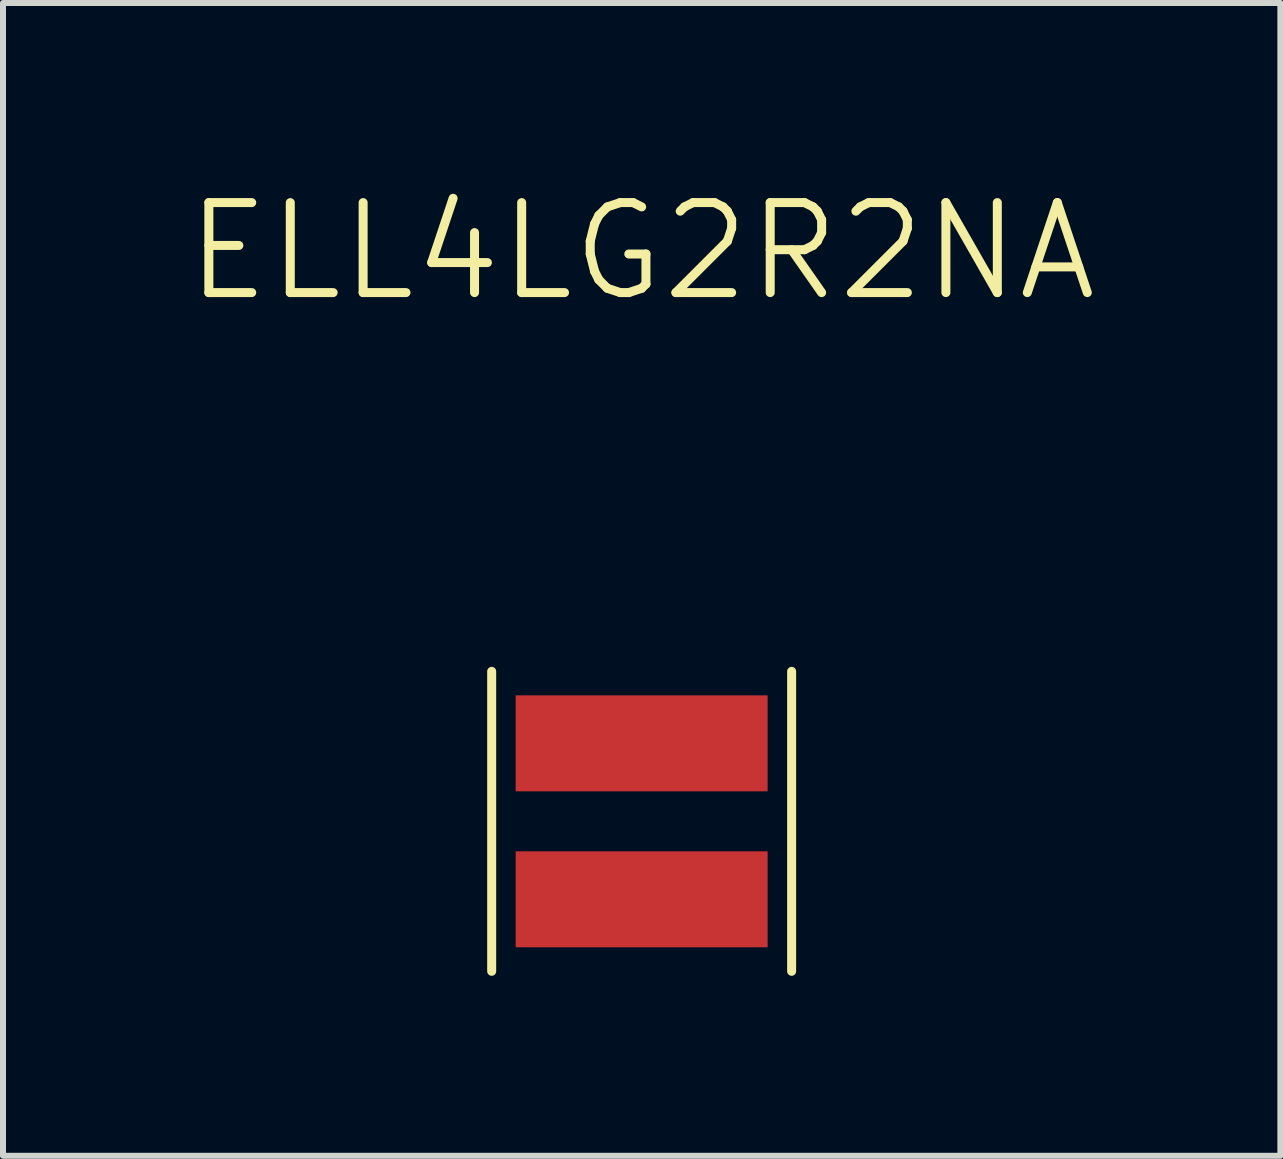
<source format=kicad_pcb>
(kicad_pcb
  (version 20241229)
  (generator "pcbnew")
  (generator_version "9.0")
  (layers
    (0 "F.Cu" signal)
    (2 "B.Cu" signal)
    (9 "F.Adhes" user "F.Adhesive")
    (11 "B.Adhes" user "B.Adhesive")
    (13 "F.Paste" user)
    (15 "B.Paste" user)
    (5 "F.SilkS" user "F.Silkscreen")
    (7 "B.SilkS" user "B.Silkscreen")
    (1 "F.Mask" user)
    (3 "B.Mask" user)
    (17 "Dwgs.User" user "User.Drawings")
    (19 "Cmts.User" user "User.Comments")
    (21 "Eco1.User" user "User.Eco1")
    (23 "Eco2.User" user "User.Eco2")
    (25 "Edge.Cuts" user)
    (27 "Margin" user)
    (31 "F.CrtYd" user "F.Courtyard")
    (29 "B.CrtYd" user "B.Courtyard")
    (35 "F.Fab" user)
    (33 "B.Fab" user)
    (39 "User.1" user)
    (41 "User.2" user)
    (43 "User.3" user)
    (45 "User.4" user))
  (footprint "ELL4LG2R2NA"
    (layer "F.Cu")
    (at 7.646 10.641)
    (property "Reference" "ELL4LG2R2NA" (at 0 -9.5 0) (layer "F.SilkS") (effects (font (size 1.5 1.5) (thickness 0.15))))
    (attr through_hole)
    (fp_line (start -2.5 -2.5) (end -2.5 2.5) (stroke (width 0.15) (type solid)) (layer "F.SilkS"))
    (fp_line (start 2.5 -2.5) (end 2.5 2.5) (stroke (width 0.15) (type solid)) (layer "F.SilkS"))
    (pad "1" smd rect (at 0 -1.3) (size 4.2 1.6) (layers "F.Cu" "F.Mask" "F.Paste"))
    (pad "2" smd rect (at 0 1.3) (size 4.2 1.6) (layers "F.Cu" "F.Mask" "F.Paste")))
  (gr_rect
    (start -3 -3)
    (end 18.293 16.216)
    (stroke (width 0.1) (type default))
    (fill no)
    (layer "Edge.Cuts")))
</source>
